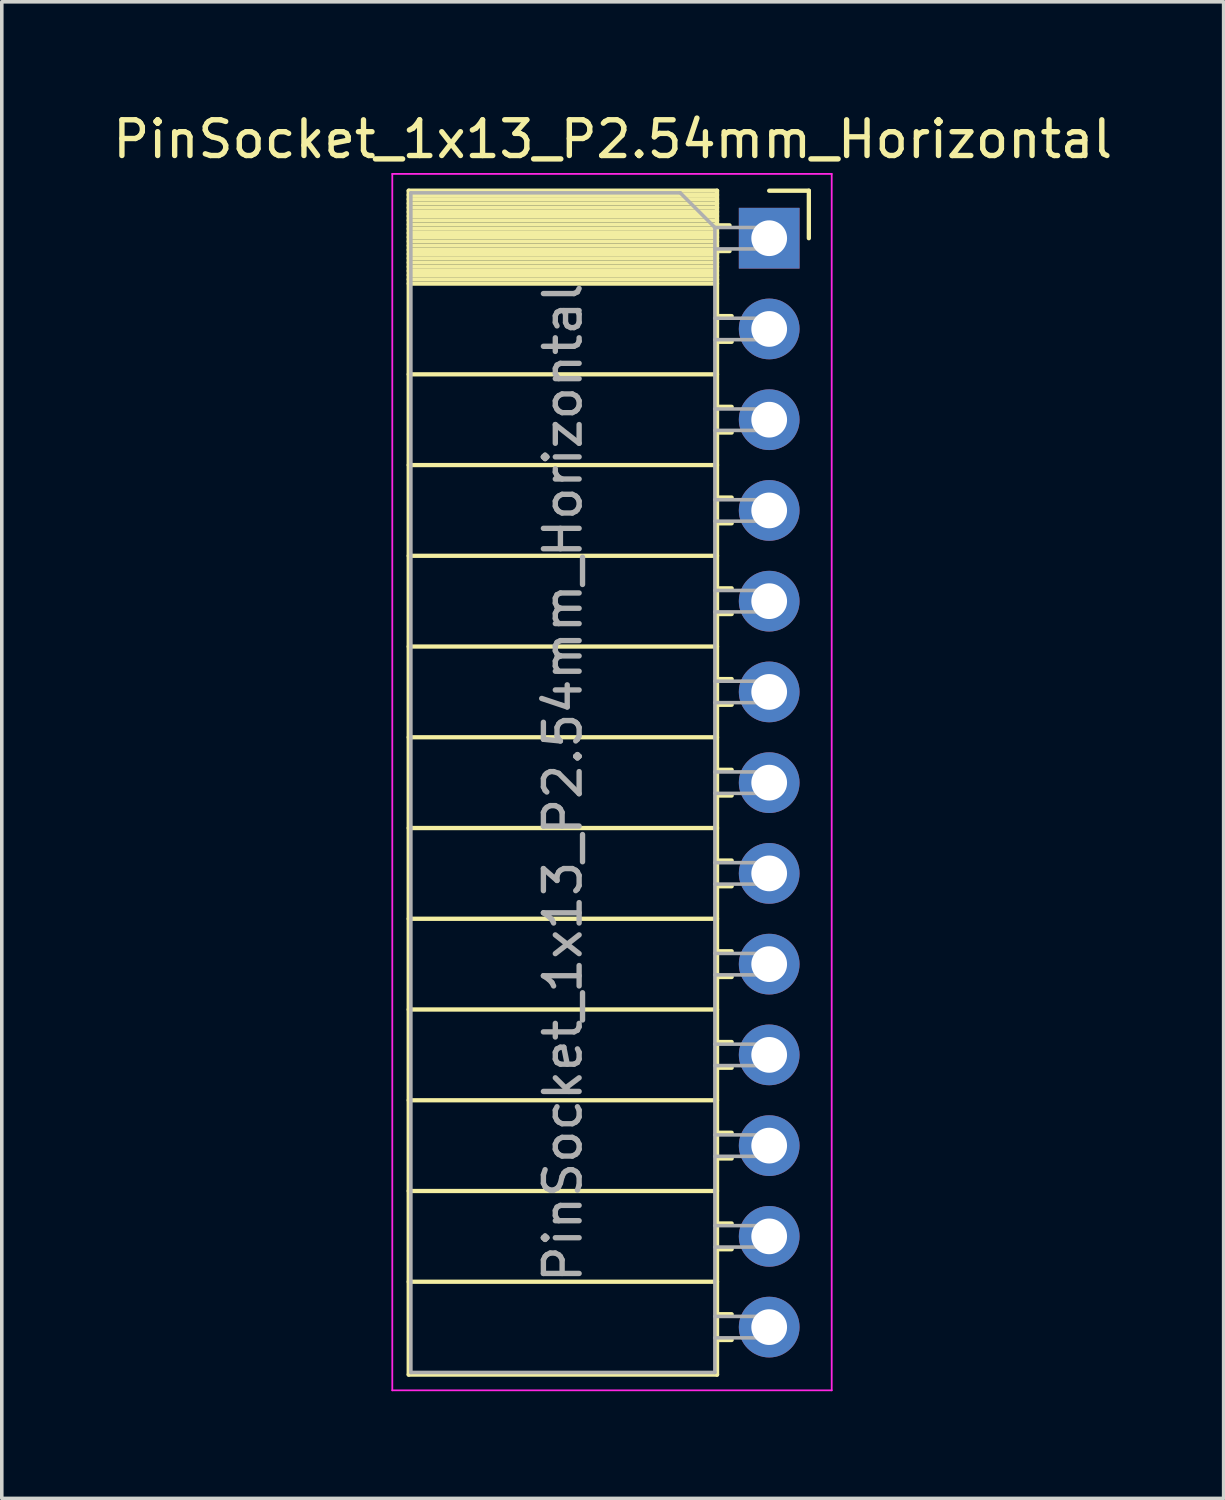
<source format=kicad_pcb>
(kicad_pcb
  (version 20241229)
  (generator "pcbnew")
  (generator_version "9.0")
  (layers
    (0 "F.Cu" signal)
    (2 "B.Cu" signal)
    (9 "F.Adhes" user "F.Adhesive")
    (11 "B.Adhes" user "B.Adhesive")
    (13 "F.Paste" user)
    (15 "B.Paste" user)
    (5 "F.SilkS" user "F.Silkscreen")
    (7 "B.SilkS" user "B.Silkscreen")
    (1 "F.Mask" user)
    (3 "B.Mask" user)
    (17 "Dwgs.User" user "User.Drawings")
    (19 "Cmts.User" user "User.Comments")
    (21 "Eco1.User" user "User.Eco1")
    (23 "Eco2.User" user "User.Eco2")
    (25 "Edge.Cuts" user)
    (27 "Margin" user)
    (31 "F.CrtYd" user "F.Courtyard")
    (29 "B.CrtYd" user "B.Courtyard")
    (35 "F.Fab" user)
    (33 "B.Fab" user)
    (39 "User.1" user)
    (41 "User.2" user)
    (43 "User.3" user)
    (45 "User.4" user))
  (footprint "PinSocket_1x13_P2.54mm_Horizontal"
    (layer "F.Cu")
    (at 18.481 3.618)
    (property "Reference" "PinSocket_1x13_P2.54mm_Horizontal" (at -4.38 -2.77 0) (layer "F.SilkS") (effects (font (size 1 1) (thickness 0.15))))
    (attr through_hole)
    (fp_line (start -10.09 -1.33) (end -10.09 31.81) (stroke (width 0.12) (type solid)) (layer "F.SilkS"))
    (fp_line (start -10.09 -1.33) (end -1.46 -1.33) (stroke (width 0.12) (type solid)) (layer "F.SilkS"))
    (fp_line (start -10.09 -1.21) (end -1.46 -1.21) (stroke (width 0.12) (type solid)) (layer "F.SilkS"))
    (fp_line (start -10.09 -1.092) (end -1.46 -1.092) (stroke (width 0.12) (type solid)) (layer "F.SilkS"))
    (fp_line (start -10.09 -0.974) (end -1.46 -0.974) (stroke (width 0.12) (type solid)) (layer "F.SilkS"))
    (fp_line (start -10.09 -0.856) (end -1.46 -0.856) (stroke (width 0.12) (type solid)) (layer "F.SilkS"))
    (fp_line (start -10.09 -0.738) (end -1.46 -0.738) (stroke (width 0.12) (type solid)) (layer "F.SilkS"))
    (fp_line (start -10.09 -0.62) (end -1.46 -0.62) (stroke (width 0.12) (type solid)) (layer "F.SilkS"))
    (fp_line (start -10.09 -0.501) (end -1.46 -0.501) (stroke (width 0.12) (type solid)) (layer "F.SilkS"))
    (fp_line (start -10.09 -0.383) (end -1.46 -0.383) (stroke (width 0.12) (type solid)) (layer "F.SilkS"))
    (fp_line (start -10.09 -0.265) (end -1.46 -0.265) (stroke (width 0.12) (type solid)) (layer "F.SilkS"))
    (fp_line (start -10.09 -0.147) (end -1.46 -0.147) (stroke (width 0.12) (type solid)) (layer "F.SilkS"))
    (fp_line (start -10.09 -0.029) (end -1.46 -0.029) (stroke (width 0.12) (type solid)) (layer "F.SilkS"))
    (fp_line (start -10.09 0.089) (end -1.46 0.089) (stroke (width 0.12) (type solid)) (layer "F.SilkS"))
    (fp_line (start -10.09 0.207) (end -1.46 0.207) (stroke (width 0.12) (type solid)) (layer "F.SilkS"))
    (fp_line (start -10.09 0.325) (end -1.46 0.325) (stroke (width 0.12) (type solid)) (layer "F.SilkS"))
    (fp_line (start -10.09 0.443) (end -1.46 0.443) (stroke (width 0.12) (type solid)) (layer "F.SilkS"))
    (fp_line (start -10.09 0.561) (end -1.46 0.561) (stroke (width 0.12) (type solid)) (layer "F.SilkS"))
    (fp_line (start -10.09 0.68) (end -1.46 0.68) (stroke (width 0.12) (type solid)) (layer "F.SilkS"))
    (fp_line (start -10.09 0.798) (end -1.46 0.798) (stroke (width 0.12) (type solid)) (layer "F.SilkS"))
    (fp_line (start -10.09 0.916) (end -1.46 0.916) (stroke (width 0.12) (type solid)) (layer "F.SilkS"))
    (fp_line (start -10.09 1.034) (end -1.46 1.034) (stroke (width 0.12) (type solid)) (layer "F.SilkS"))
    (fp_line (start -10.09 1.152) (end -1.46 1.152) (stroke (width 0.12) (type solid)) (layer "F.SilkS"))
    (fp_line (start -10.09 1.27) (end -1.46 1.27) (stroke (width 0.12) (type solid)) (layer "F.SilkS"))
    (fp_line (start -10.09 3.81) (end -1.46 3.81) (stroke (width 0.12) (type solid)) (layer "F.SilkS"))
    (fp_line (start -10.09 6.35) (end -1.46 6.35) (stroke (width 0.12) (type solid)) (layer "F.SilkS"))
    (fp_line (start -10.09 8.89) (end -1.46 8.89) (stroke (width 0.12) (type solid)) (layer "F.SilkS"))
    (fp_line (start -10.09 11.43) (end -1.46 11.43) (stroke (width 0.12) (type solid)) (layer "F.SilkS"))
    (fp_line (start -10.09 13.97) (end -1.46 13.97) (stroke (width 0.12) (type solid)) (layer "F.SilkS"))
    (fp_line (start -10.09 16.51) (end -1.46 16.51) (stroke (width 0.12) (type solid)) (layer "F.SilkS"))
    (fp_line (start -10.09 19.05) (end -1.46 19.05) (stroke (width 0.12) (type solid)) (layer "F.SilkS"))
    (fp_line (start -10.09 21.59) (end -1.46 21.59) (stroke (width 0.12) (type solid)) (layer "F.SilkS"))
    (fp_line (start -10.09 24.13) (end -1.46 24.13) (stroke (width 0.12) (type solid)) (layer "F.SilkS"))
    (fp_line (start -10.09 26.67) (end -1.46 26.67) (stroke (width 0.12) (type solid)) (layer "F.SilkS"))
    (fp_line (start -10.09 29.21) (end -1.46 29.21) (stroke (width 0.12) (type solid)) (layer "F.SilkS"))
    (fp_line (start -10.09 31.81) (end -1.46 31.81) (stroke (width 0.12) (type solid)) (layer "F.SilkS"))
    (fp_line (start -1.46 -1.33) (end -1.46 31.81) (stroke (width 0.12) (type solid)) (layer "F.SilkS"))
    (fp_line (start -1.46 -0.36) (end -1.11 -0.36) (stroke (width 0.12) (type solid)) (layer "F.SilkS"))
    (fp_line (start -1.46 0.36) (end -1.11 0.36) (stroke (width 0.12) (type solid)) (layer "F.SilkS"))
    (fp_line (start -1.46 2.18) (end -1.05 2.18) (stroke (width 0.12) (type solid)) (layer "F.SilkS"))
    (fp_line (start -1.46 2.9) (end -1.05 2.9) (stroke (width 0.12) (type solid)) (layer "F.SilkS"))
    (fp_line (start -1.46 4.72) (end -1.05 4.72) (stroke (width 0.12) (type solid)) (layer "F.SilkS"))
    (fp_line (start -1.46 5.44) (end -1.05 5.44) (stroke (width 0.12) (type solid)) (layer "F.SilkS"))
    (fp_line (start -1.46 7.26) (end -1.05 7.26) (stroke (width 0.12) (type solid)) (layer "F.SilkS"))
    (fp_line (start -1.46 7.98) (end -1.05 7.98) (stroke (width 0.12) (type solid)) (layer "F.SilkS"))
    (fp_line (start -1.46 9.8) (end -1.05 9.8) (stroke (width 0.12) (type solid)) (layer "F.SilkS"))
    (fp_line (start -1.46 10.52) (end -1.05 10.52) (stroke (width 0.12) (type solid)) (layer "F.SilkS"))
    (fp_line (start -1.46 12.34) (end -1.05 12.34) (stroke (width 0.12) (type solid)) (layer "F.SilkS"))
    (fp_line (start -1.46 13.06) (end -1.05 13.06) (stroke (width 0.12) (type solid)) (layer "F.SilkS"))
    (fp_line (start -1.46 14.88) (end -1.05 14.88) (stroke (width 0.12) (type solid)) (layer "F.SilkS"))
    (fp_line (start -1.46 15.6) (end -1.05 15.6) (stroke (width 0.12) (type solid)) (layer "F.SilkS"))
    (fp_line (start -1.46 17.42) (end -1.05 17.42) (stroke (width 0.12) (type solid)) (layer "F.SilkS"))
    (fp_line (start -1.46 18.14) (end -1.05 18.14) (stroke (width 0.12) (type solid)) (layer "F.SilkS"))
    (fp_line (start -1.46 19.96) (end -1.05 19.96) (stroke (width 0.12) (type solid)) (layer "F.SilkS"))
    (fp_line (start -1.46 20.68) (end -1.05 20.68) (stroke (width 0.12) (type solid)) (layer "F.SilkS"))
    (fp_line (start -1.46 22.5) (end -1.05 22.5) (stroke (width 0.12) (type solid)) (layer "F.SilkS"))
    (fp_line (start -1.46 23.22) (end -1.05 23.22) (stroke (width 0.12) (type solid)) (layer "F.SilkS"))
    (fp_line (start -1.46 25.04) (end -1.05 25.04) (stroke (width 0.12) (type solid)) (layer "F.SilkS"))
    (fp_line (start -1.46 25.76) (end -1.05 25.76) (stroke (width 0.12) (type solid)) (layer "F.SilkS"))
    (fp_line (start -1.46 27.58) (end -1.05 27.58) (stroke (width 0.12) (type solid)) (layer "F.SilkS"))
    (fp_line (start -1.46 28.3) (end -1.05 28.3) (stroke (width 0.12) (type solid)) (layer "F.SilkS"))
    (fp_line (start -1.46 30.12) (end -1.05 30.12) (stroke (width 0.12) (type solid)) (layer "F.SilkS"))
    (fp_line (start -1.46 30.84) (end -1.05 30.84) (stroke (width 0.12) (type solid)) (layer "F.SilkS"))
    (fp_line (start 0 -1.33) (end 1.11 -1.33) (stroke (width 0.12) (type solid)) (layer "F.SilkS"))
    (fp_line (start 1.11 -1.33) (end 1.11 0) (stroke (width 0.12) (type solid)) (layer "F.SilkS"))
    (fp_line (start -10.55 -1.8) (end -10.55 32.25) (stroke (width 0.05) (type solid)) (layer "F.CrtYd"))
    (fp_line (start -10.55 32.25) (end 1.75 32.25) (stroke (width 0.05) (type solid)) (layer "F.CrtYd"))
    (fp_line (start 1.75 -1.8) (end -10.55 -1.8) (stroke (width 0.05) (type solid)) (layer "F.CrtYd"))
    (fp_line (start 1.75 32.25) (end 1.75 -1.8) (stroke (width 0.05) (type solid)) (layer "F.CrtYd"))
    (fp_line (start -10.03 -1.27) (end -2.49 -1.27) (stroke (width 0.1) (type solid)) (layer "F.Fab"))
    (fp_line (start -10.03 31.75) (end -10.03 -1.27) (stroke (width 0.1) (type solid)) (layer "F.Fab"))
    (fp_line (start -2.49 -1.27) (end -1.52 -0.3) (stroke (width 0.1) (type solid)) (layer "F.Fab"))
    (fp_line (start -1.52 -0.3) (end -1.52 31.75) (stroke (width 0.1) (type solid)) (layer "F.Fab"))
    (fp_line (start -1.52 0.3) (end 0 0.3) (stroke (width 0.1) (type solid)) (layer "F.Fab"))
    (fp_line (start -1.52 2.84) (end 0 2.84) (stroke (width 0.1) (type solid)) (layer "F.Fab"))
    (fp_line (start -1.52 5.38) (end 0 5.38) (stroke (width 0.1) (type solid)) (layer "F.Fab"))
    (fp_line (start -1.52 7.92) (end 0 7.92) (stroke (width 0.1) (type solid)) (layer "F.Fab"))
    (fp_line (start -1.52 10.46) (end 0 10.46) (stroke (width 0.1) (type solid)) (layer "F.Fab"))
    (fp_line (start -1.52 13) (end 0 13) (stroke (width 0.1) (type solid)) (layer "F.Fab"))
    (fp_line (start -1.52 15.54) (end 0 15.54) (stroke (width 0.1) (type solid)) (layer "F.Fab"))
    (fp_line (start -1.52 18.08) (end 0 18.08) (stroke (width 0.1) (type solid)) (layer "F.Fab"))
    (fp_line (start -1.52 20.62) (end 0 20.62) (stroke (width 0.1) (type solid)) (layer "F.Fab"))
    (fp_line (start -1.52 23.16) (end 0 23.16) (stroke (width 0.1) (type solid)) (layer "F.Fab"))
    (fp_line (start -1.52 25.7) (end 0 25.7) (stroke (width 0.1) (type solid)) (layer "F.Fab"))
    (fp_line (start -1.52 28.24) (end 0 28.24) (stroke (width 0.1) (type solid)) (layer "F.Fab"))
    (fp_line (start -1.52 30.78) (end 0 30.78) (stroke (width 0.1) (type solid)) (layer "F.Fab"))
    (fp_line (start -1.52 31.75) (end -10.03 31.75) (stroke (width 0.1) (type solid)) (layer "F.Fab"))
    (fp_line (start 0 -0.3) (end -1.52 -0.3) (stroke (width 0.1) (type solid)) (layer "F.Fab"))
    (fp_line (start 0 0.3) (end 0 -0.3) (stroke (width 0.1) (type solid)) (layer "F.Fab"))
    (fp_line (start 0 2.24) (end -1.52 2.24) (stroke (width 0.1) (type solid)) (layer "F.Fab"))
    (fp_line (start 0 2.84) (end 0 2.24) (stroke (width 0.1) (type solid)) (layer "F.Fab"))
    (fp_line (start 0 4.78) (end -1.52 4.78) (stroke (width 0.1) (type solid)) (layer "F.Fab"))
    (fp_line (start 0 5.38) (end 0 4.78) (stroke (width 0.1) (type solid)) (layer "F.Fab"))
    (fp_line (start 0 7.32) (end -1.52 7.32) (stroke (width 0.1) (type solid)) (layer "F.Fab"))
    (fp_line (start 0 7.92) (end 0 7.32) (stroke (width 0.1) (type solid)) (layer "F.Fab"))
    (fp_line (start 0 9.86) (end -1.52 9.86) (stroke (width 0.1) (type solid)) (layer "F.Fab"))
    (fp_line (start 0 10.46) (end 0 9.86) (stroke (width 0.1) (type solid)) (layer "F.Fab"))
    (fp_line (start 0 12.4) (end -1.52 12.4) (stroke (width 0.1) (type solid)) (layer "F.Fab"))
    (fp_line (start 0 13) (end 0 12.4) (stroke (width 0.1) (type solid)) (layer "F.Fab"))
    (fp_line (start 0 14.94) (end -1.52 14.94) (stroke (width 0.1) (type solid)) (layer "F.Fab"))
    (fp_line (start 0 15.54) (end 0 14.94) (stroke (width 0.1) (type solid)) (layer "F.Fab"))
    (fp_line (start 0 17.48) (end -1.52 17.48) (stroke (width 0.1) (type solid)) (layer "F.Fab"))
    (fp_line (start 0 18.08) (end 0 17.48) (stroke (width 0.1) (type solid)) (layer "F.Fab"))
    (fp_line (start 0 20.02) (end -1.52 20.02) (stroke (width 0.1) (type solid)) (layer "F.Fab"))
    (fp_line (start 0 20.62) (end 0 20.02) (stroke (width 0.1) (type solid)) (layer "F.Fab"))
    (fp_line (start 0 22.56) (end -1.52 22.56) (stroke (width 0.1) (type solid)) (layer "F.Fab"))
    (fp_line (start 0 23.16) (end 0 22.56) (stroke (width 0.1) (type solid)) (layer "F.Fab"))
    (fp_line (start 0 25.1) (end -1.52 25.1) (stroke (width 0.1) (type solid)) (layer "F.Fab"))
    (fp_line (start 0 25.7) (end 0 25.1) (stroke (width 0.1) (type solid)) (layer "F.Fab"))
    (fp_line (start 0 27.64) (end -1.52 27.64) (stroke (width 0.1) (type solid)) (layer "F.Fab"))
    (fp_line (start 0 28.24) (end 0 27.64) (stroke (width 0.1) (type solid)) (layer "F.Fab"))
    (fp_line (start 0 30.18) (end -1.52 30.18) (stroke (width 0.1) (type solid)) (layer "F.Fab"))
    (fp_line (start 0 30.78) (end 0 30.18) (stroke (width 0.1) (type solid)) (layer "F.Fab"))
    (fp_text user "${REFERENCE}" (at -5.775 15.24 90) (layer "F.Fab") (effects (font (size 1 1) (thickness 0.15))))
    (pad "1" thru_hole rect (at 0 0) (size 1.7 1.7) (drill 1) (layers "*.Cu" "*.Mask"))
    (pad "2" thru_hole circle (at 0 2.54) (size 1.7 1.7) (drill 1) (layers "*.Cu" "*.Mask"))
    (pad "3" thru_hole circle (at 0 5.08) (size 1.7 1.7) (drill 1) (layers "*.Cu" "*.Mask"))
    (pad "4" thru_hole circle (at 0 7.62) (size 1.7 1.7) (drill 1) (layers "*.Cu" "*.Mask"))
    (pad "5" thru_hole circle (at 0 10.16) (size 1.7 1.7) (drill 1) (layers "*.Cu" "*.Mask"))
    (pad "6" thru_hole circle (at 0 12.7) (size 1.7 1.7) (drill 1) (layers "*.Cu" "*.Mask"))
    (pad "7" thru_hole circle (at 0 15.24) (size 1.7 1.7) (drill 1) (layers "*.Cu" "*.Mask"))
    (pad "8" thru_hole circle (at 0 17.78) (size 1.7 1.7) (drill 1) (layers "*.Cu" "*.Mask"))
    (pad "9" thru_hole circle (at 0 20.32) (size 1.7 1.7) (drill 1) (layers "*.Cu" "*.Mask"))
    (pad "10" thru_hole circle (at 0 22.86) (size 1.7 1.7) (drill 1) (layers "*.Cu" "*.Mask"))
    (pad "11" thru_hole circle (at 0 25.4) (size 1.7 1.7) (drill 1) (layers "*.Cu" "*.Mask"))
    (pad "12" thru_hole circle (at 0 27.94) (size 1.7 1.7) (drill 1) (layers "*.Cu" "*.Mask"))
    (pad "13" thru_hole circle (at 0 30.48) (size 1.7 1.7) (drill 1) (layers "*.Cu" "*.Mask")))
  (gr_rect
    (start -3 -3)
    (end 31.202 38.893)
    (stroke (width 0.1) (type default))
    (fill no)
    (layer "Edge.Cuts")))
</source>
